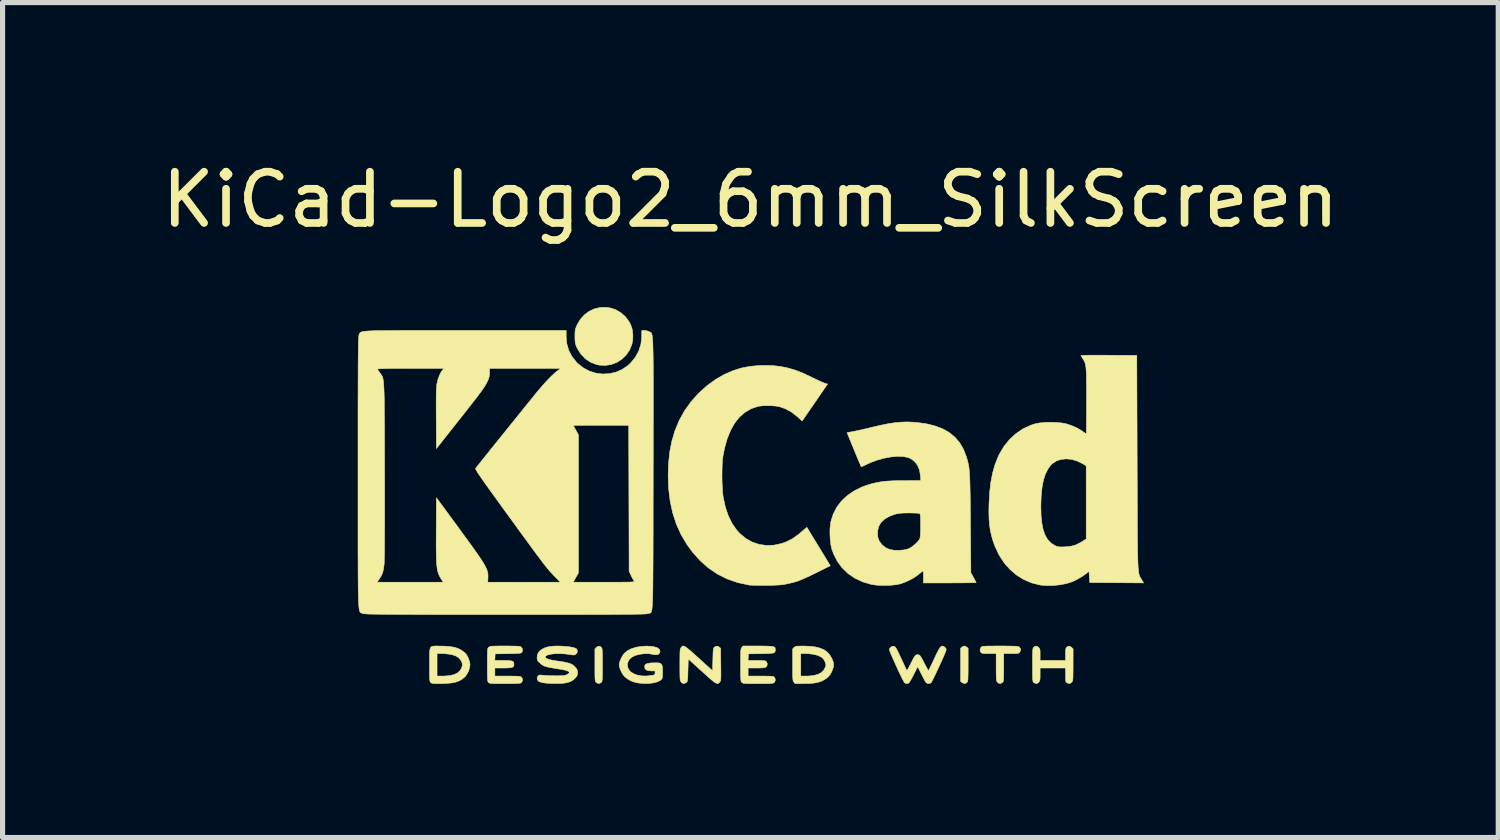
<source format=kicad_pcb>
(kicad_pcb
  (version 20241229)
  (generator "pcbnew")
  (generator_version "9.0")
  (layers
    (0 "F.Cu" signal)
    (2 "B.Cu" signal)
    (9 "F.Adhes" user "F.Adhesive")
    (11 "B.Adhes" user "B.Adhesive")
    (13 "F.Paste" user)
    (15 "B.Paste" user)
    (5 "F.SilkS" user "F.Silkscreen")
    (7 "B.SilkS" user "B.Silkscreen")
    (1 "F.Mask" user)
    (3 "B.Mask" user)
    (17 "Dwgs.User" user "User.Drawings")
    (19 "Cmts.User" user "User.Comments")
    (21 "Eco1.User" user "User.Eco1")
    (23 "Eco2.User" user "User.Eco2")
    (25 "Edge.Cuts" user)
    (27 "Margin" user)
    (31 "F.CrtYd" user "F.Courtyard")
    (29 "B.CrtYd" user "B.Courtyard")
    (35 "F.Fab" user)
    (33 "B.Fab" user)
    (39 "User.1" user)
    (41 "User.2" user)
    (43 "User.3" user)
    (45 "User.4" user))
  (footprint "KiCad-Logo2_6mm_SilkScreen"
    (layer "F.Cu")
    (at 11.601 5.928)
    (property "Reference" "KiCad-Logo2_6mm_SilkScreen" (at 0 -5.08 0) (layer "F.SilkS") (effects (font (size 1 1) (thickness 0.15))))
    (attr exclude_from_pos_files exclude_from_bom allow_missing_courtyard)
    (fp_poly (pts (xy 4.2 3.642) (xy 4.224 3.657) (xy 4.251 3.678) (xy 4.251 4) (xy 4.251 4.094) (xy 4.25 4.168) (xy 4.249 4.225) (xy 4.248 4.267) (xy 4.246 4.297) (xy 4.243 4.317) (xy 4.239 4.331) (xy 4.233 4.341) (xy 4.229 4.345) (xy 4.198 4.366) (xy 4.162 4.365) (xy 4.131 4.347) (xy 4.104 4.326) (xy 4.104 3.678) (xy 4.131 3.657) (xy 4.156 3.641) (xy 4.177 3.635) (xy 4.2 3.642)) (stroke (width 0.01) (type solid)) (fill yes) (layer "F.SilkS"))
    (fp_poly (pts (xy -2.912 3.658) (xy -2.906 3.665) (xy -2.9 3.675) (xy -2.896 3.69) (xy -2.894 3.712) (xy -2.892 3.744) (xy -2.89 3.789) (xy -2.89 3.849) (xy -2.89 3.926) (xy -2.89 4.002) (xy -2.89 4.096) (xy -2.89 4.17) (xy -2.891 4.226) (xy -2.892 4.268) (xy -2.894 4.298) (xy -2.897 4.318) (xy -2.901 4.332) (xy -2.907 4.341) (xy -2.912 4.346) (xy -2.945 4.366) (xy -2.98 4.364) (xy -3.012 4.343) (xy -3.019 4.335) (xy -3.025 4.325) (xy -3.029 4.311) (xy -3.032 4.291) (xy -3.034 4.261) (xy -3.035 4.219) (xy -3.036 4.162) (xy -3.036 4.088) (xy -3.036 4.004) (xy -3.036 3.691) (xy -3.009 3.663) (xy -2.974 3.64) (xy -2.941 3.639) (xy -2.912 3.658)) (stroke (width 0.01) (type solid)) (fill yes) (layer "F.SilkS"))
    (fp_poly (pts (xy -2.726 -2.964) (xy -2.623 -2.928) (xy -2.527 -2.871) (xy -2.441 -2.795) (xy -2.369 -2.697) (xy -2.336 -2.636) (xy -2.308 -2.55) (xy -2.295 -2.451) (xy -2.296 -2.35) (xy -2.313 -2.257) (xy -2.359 -2.145) (xy -2.425 -2.047) (xy -2.509 -1.966) (xy -2.606 -1.904) (xy -2.714 -1.862) (xy -2.829 -1.844) (xy -2.948 -1.849) (xy -3.007 -1.862) (xy -3.121 -1.906) (xy -3.222 -1.974) (xy -3.309 -2.063) (xy -3.377 -2.171) (xy -3.383 -2.183) (xy -3.403 -2.227) (xy -3.415 -2.265) (xy -3.422 -2.304) (xy -3.425 -2.355) (xy -3.426 -2.41) (xy -3.425 -2.476) (xy -3.421 -2.523) (xy -3.413 -2.562) (xy -3.399 -2.6) (xy -3.382 -2.639) (xy -3.318 -2.747) (xy -3.238 -2.834) (xy -3.147 -2.901) (xy -3.047 -2.948) (xy -2.941 -2.973) (xy -2.833 -2.979) (xy -2.726 -2.964)) (stroke (width 0.01) (type solid)) (fill yes) (layer "F.SilkS"))
    (fp_poly (pts (xy 4.975 3.635) (xy 5.053 3.636) (xy 5.115 3.637) (xy 5.161 3.638) (xy 5.194 3.64) (xy 5.217 3.643) (xy 5.232 3.646) (xy 5.243 3.651) (xy 5.248 3.655) (xy 5.273 3.688) (xy 5.276 3.721) (xy 5.26 3.752) (xy 5.25 3.764) (xy 5.239 3.773) (xy 5.223 3.778) (xy 5.197 3.781) (xy 5.159 3.782) (xy 5.102 3.782) (xy 5.091 3.782) (xy 4.945 3.782) (xy 4.945 4.053) (xy 4.945 4.138) (xy 4.944 4.204) (xy 4.943 4.253) (xy 4.942 4.288) (xy 4.939 4.312) (xy 4.935 4.328) (xy 4.929 4.338) (xy 4.922 4.346) (xy 4.889 4.366) (xy 4.855 4.365) (xy 4.824 4.342) (xy 4.822 4.339) (xy 4.814 4.329) (xy 4.808 4.316) (xy 4.804 4.299) (xy 4.801 4.274) (xy 4.8 4.238) (xy 4.799 4.188) (xy 4.798 4.122) (xy 4.798 4.046) (xy 4.798 3.782) (xy 4.659 3.782) (xy 4.599 3.782) (xy 4.558 3.78) (xy 4.53 3.777) (xy 4.513 3.771) (xy 4.502 3.763) (xy 4.501 3.761) (xy 4.484 3.728) (xy 4.486 3.691) (xy 4.505 3.658) (xy 4.512 3.651) (xy 4.521 3.646) (xy 4.535 3.643) (xy 4.556 3.64) (xy 4.587 3.638) (xy 4.63 3.636) (xy 4.687 3.636) (xy 4.762 3.635) (xy 4.856 3.635) (xy 4.876 3.635) (xy 4.975 3.635)) (stroke (width 0.01) (type solid)) (fill yes) (layer "F.SilkS"))
    (fp_poly (pts (xy 6.241 3.641) (xy 6.272 3.663) (xy 6.3 3.691) (xy 6.3 4) (xy 6.3 4.092) (xy 6.299 4.164) (xy 6.298 4.219) (xy 6.297 4.26) (xy 6.295 4.289) (xy 6.291 4.309) (xy 6.287 4.323) (xy 6.281 4.333) (xy 6.276 4.339) (xy 6.245 4.364) (xy 6.21 4.367) (xy 6.178 4.351) (xy 6.167 4.343) (xy 6.16 4.331) (xy 6.156 4.312) (xy 6.154 4.281) (xy 6.153 4.235) (xy 6.153 4.199) (xy 6.153 4.064) (xy 5.656 4.064) (xy 5.656 4.187) (xy 5.656 4.243) (xy 5.654 4.282) (xy 5.649 4.308) (xy 5.642 4.326) (xy 5.633 4.339) (xy 5.602 4.364) (xy 5.567 4.367) (xy 5.533 4.349) (xy 5.524 4.34) (xy 5.518 4.328) (xy 5.514 4.309) (xy 5.511 4.28) (xy 5.51 4.236) (xy 5.509 4.174) (xy 5.509 4.16) (xy 5.509 4.044) (xy 5.508 3.948) (xy 5.508 3.87) (xy 5.509 3.809) (xy 5.51 3.762) (xy 5.512 3.727) (xy 5.514 3.701) (xy 5.517 3.684) (xy 5.521 3.672) (xy 5.526 3.664) (xy 5.532 3.658) (xy 5.564 3.638) (xy 5.597 3.641) (xy 5.628 3.663) (xy 5.641 3.677) (xy 5.649 3.693) (xy 5.654 3.716) (xy 5.656 3.75) (xy 5.656 3.802) (xy 5.656 3.917) (xy 6.153 3.917) (xy 6.153 3.799) (xy 6.153 3.744) (xy 6.155 3.707) (xy 6.16 3.683) (xy 6.167 3.668) (xy 6.175 3.658) (xy 6.207 3.638) (xy 6.241 3.641)) (stroke (width 0.01) (type solid)) (fill yes) (layer "F.SilkS"))
    (fp_poly (pts (xy 1.03 3.635) (xy 1.159 3.64) (xy 1.269 3.653) (xy 1.361 3.676) (xy 1.438 3.709) (xy 1.5 3.754) (xy 1.551 3.81) (xy 1.591 3.88) (xy 1.592 3.882) (xy 1.616 3.944) (xy 1.625 3.999) (xy 1.618 4.054) (xy 1.595 4.117) (xy 1.591 4.127) (xy 1.562 4.183) (xy 1.529 4.227) (xy 1.487 4.264) (xy 1.429 4.3) (xy 1.426 4.302) (xy 1.375 4.326) (xy 1.318 4.344) (xy 1.251 4.357) (xy 1.17 4.365) (xy 1.072 4.368) (xy 1.037 4.368) (xy 0.871 4.369) (xy 0.848 4.339) (xy 0.841 4.33) (xy 0.836 4.318) (xy 0.831 4.302) (xy 0.829 4.279) (xy 0.827 4.247) (xy 0.826 4.222) (xy 0.983 4.222) (xy 1.076 4.222) (xy 1.131 4.221) (xy 1.188 4.216) (xy 1.234 4.21) (xy 1.237 4.21) (xy 1.319 4.188) (xy 1.383 4.155) (xy 1.43 4.109) (xy 1.463 4.049) (xy 1.469 4.033) (xy 1.474 4.009) (xy 1.472 3.984) (xy 1.46 3.952) (xy 1.453 3.936) (xy 1.43 3.893) (xy 1.402 3.863) (xy 1.371 3.843) (xy 1.309 3.816) (xy 1.229 3.796) (xy 1.137 3.785) (xy 1.07 3.782) (xy 0.983 3.782) (xy 0.983 4.222) (xy 0.826 4.222) (xy 0.825 4.201) (xy 0.825 4.141) (xy 0.825 4.062) (xy 0.825 4) (xy 0.825 3.691) (xy 0.852 3.663) (xy 0.865 3.652) (xy 0.878 3.644) (xy 0.896 3.639) (xy 0.924 3.637) (xy 0.966 3.636) (xy 1.026 3.635) (xy 1.03 3.635)) (stroke (width 0.01) (type solid)) (fill yes) (layer "F.SilkS"))
    (fp_poly (pts (xy -6.11 3.635) (xy -6.07 3.636) (xy -5.954 3.638) (xy -5.858 3.647) (xy -5.776 3.661) (xy -5.707 3.683) (xy -5.647 3.714) (xy -5.592 3.753) (xy -5.572 3.77) (xy -5.54 3.81) (xy -5.511 3.864) (xy -5.488 3.924) (xy -5.476 3.981) (xy -5.475 4.002) (xy -5.483 4.061) (xy -5.504 4.125) (xy -5.535 4.186) (xy -5.572 4.235) (xy -5.578 4.24) (xy -5.629 4.282) (xy -5.684 4.314) (xy -5.748 4.338) (xy -5.823 4.354) (xy -5.912 4.364) (xy -6.019 4.369) (xy -6.068 4.369) (xy -6.13 4.369) (xy -6.174 4.367) (xy -6.203 4.365) (xy -6.222 4.36) (xy -6.235 4.353) (xy -6.242 4.346) (xy -6.249 4.339) (xy -6.254 4.329) (xy -6.258 4.315) (xy -6.261 4.293) (xy -6.263 4.26) (xy -6.264 4.216) (xy -6.265 4.156) (xy -6.265 4.078) (xy -6.265 4.002) (xy -6.265 3.901) (xy -6.265 3.821) (xy -6.264 3.782) (xy -6.118 3.782) (xy -6.118 4.222) (xy -6.025 4.222) (xy -5.969 4.221) (xy -5.91 4.216) (xy -5.861 4.211) (xy -5.86 4.21) (xy -5.781 4.191) (xy -5.719 4.161) (xy -5.673 4.119) (xy -5.643 4.073) (xy -5.625 4.022) (xy -5.626 3.974) (xy -5.647 3.923) (xy -5.689 3.87) (xy -5.746 3.831) (xy -5.821 3.805) (xy -5.871 3.795) (xy -5.928 3.789) (xy -5.988 3.784) (xy -6.039 3.782) (xy -6.042 3.782) (xy -6.118 3.782) (xy -6.264 3.782) (xy -6.264 3.758) (xy -6.259 3.711) (xy -6.251 3.678) (xy -6.238 3.656) (xy -6.218 3.643) (xy -6.191 3.637) (xy -6.155 3.635) (xy -6.11 3.635)) (stroke (width 0.01) (type solid)) (fill yes) (layer "F.SilkS"))
    (fp_poly (pts (xy -1.288 3.64) (xy -1.265 3.653) (xy -1.234 3.676) (xy -1.194 3.709) (xy -1.144 3.752) (xy -1.082 3.807) (xy -1.006 3.876) (xy -0.92 3.954) (xy -0.739 4.118) (xy -0.733 3.898) (xy -0.731 3.823) (xy -0.729 3.766) (xy -0.727 3.726) (xy -0.724 3.698) (xy -0.72 3.681) (xy -0.714 3.669) (xy -0.705 3.66) (xy -0.701 3.657) (xy -0.667 3.638) (xy -0.634 3.641) (xy -0.608 3.657) (xy -0.581 3.678) (xy -0.578 3.993) (xy -0.577 4.086) (xy -0.576 4.159) (xy -0.576 4.214) (xy -0.577 4.256) (xy -0.579 4.285) (xy -0.582 4.305) (xy -0.586 4.32) (xy -0.592 4.33) (xy -0.598 4.339) (xy -0.612 4.354) (xy -0.625 4.365) (xy -0.64 4.369) (xy -0.659 4.365) (xy -0.684 4.353) (xy -0.716 4.331) (xy -0.757 4.298) (xy -0.809 4.253) (xy -0.874 4.195) (xy -0.948 4.128) (xy -1.213 3.888) (xy -1.219 4.107) (xy -1.221 4.182) (xy -1.223 4.239) (xy -1.225 4.279) (xy -1.228 4.306) (xy -1.233 4.324) (xy -1.239 4.335) (xy -1.247 4.344) (xy -1.251 4.347) (xy -1.288 4.367) (xy -1.323 4.364) (xy -1.353 4.339) (xy -1.36 4.329) (xy -1.366 4.318) (xy -1.37 4.302) (xy -1.373 4.279) (xy -1.375 4.246) (xy -1.376 4.201) (xy -1.377 4.14) (xy -1.377 4.061) (xy -1.377 4.002) (xy -1.377 3.911) (xy -1.376 3.839) (xy -1.376 3.784) (xy -1.374 3.744) (xy -1.372 3.715) (xy -1.368 3.695) (xy -1.364 3.681) (xy -1.358 3.671) (xy -1.353 3.665) (xy -1.342 3.651) (xy -1.332 3.64) (xy -1.32 3.634) (xy -1.306 3.634) (xy -1.288 3.64)) (stroke (width 0.01) (type solid)) (fill yes) (layer "F.SilkS"))
    (fp_poly (pts (xy -1.938 3.641) (xy -1.87 3.652) (xy -1.817 3.67) (xy -1.783 3.694) (xy -1.774 3.707) (xy -1.764 3.738) (xy -1.771 3.767) (xy -1.791 3.793) (xy -1.822 3.806) (xy -1.867 3.805) (xy -1.903 3.798) (xy -1.981 3.785) (xy -2.061 3.784) (xy -2.15 3.794) (xy -2.175 3.799) (xy -2.258 3.822) (xy -2.323 3.857) (xy -2.369 3.903) (xy -2.395 3.959) (xy -2.401 3.988) (xy -2.397 4.046) (xy -2.374 4.098) (xy -2.333 4.142) (xy -2.277 4.177) (xy -2.207 4.203) (xy -2.126 4.218) (xy -2.036 4.221) (xy -1.939 4.211) (xy -1.934 4.21) (xy -1.895 4.203) (xy -1.874 4.196) (xy -1.865 4.185) (xy -1.862 4.168) (xy -1.862 4.159) (xy -1.862 4.121) (xy -1.931 4.121) (xy -1.991 4.117) (xy -2.032 4.103) (xy -2.056 4.08) (xy -2.065 4.045) (xy -2.065 4.041) (xy -2.06 4.011) (xy -2.043 3.99) (xy -2.01 3.976) (xy -1.96 3.967) (xy -1.911 3.964) (xy -1.841 3.963) (xy -1.789 3.965) (xy -1.755 3.975) (xy -1.733 3.995) (xy -1.721 4.027) (xy -1.716 4.074) (xy -1.715 4.136) (xy -1.717 4.206) (xy -1.721 4.253) (xy -1.728 4.278) (xy -1.73 4.28) (xy -1.769 4.312) (xy -1.826 4.337) (xy -1.897 4.355) (xy -1.98 4.365) (xy -2.069 4.367) (xy -2.163 4.36) (xy -2.218 4.352) (xy -2.304 4.328) (xy -2.384 4.288) (xy -2.451 4.236) (xy -2.461 4.226) (xy -2.495 4.182) (xy -2.524 4.128) (xy -2.548 4.072) (xy -2.561 4.02) (xy -2.562 4.001) (xy -2.556 3.96) (xy -2.538 3.908) (xy -2.513 3.855) (xy -2.483 3.805) (xy -2.457 3.773) (xy -2.396 3.724) (xy -2.317 3.685) (xy -2.223 3.657) (xy -2.117 3.64) (xy -2.02 3.636) (xy -1.938 3.641)) (stroke (width 0.01) (type solid)) (fill yes) (layer "F.SilkS"))
    (fp_poly (pts (xy 0.242 3.635) (xy 0.318 3.636) (xy 0.377 3.639) (xy 0.42 3.642) (xy 0.45 3.648) (xy 0.469 3.657) (xy 0.48 3.669) (xy 0.485 3.685) (xy 0.486 3.705) (xy 0.486 3.708) (xy 0.485 3.73) (xy 0.48 3.748) (xy 0.469 3.761) (xy 0.449 3.77) (xy 0.418 3.776) (xy 0.372 3.78) (xy 0.31 3.783) (xy 0.228 3.784) (xy 0.203 3.785) (xy -0.039 3.788) (xy -0.042 3.853) (xy -0.046 3.917) (xy 0.122 3.917) (xy 0.188 3.918) (xy 0.235 3.919) (xy 0.267 3.921) (xy 0.287 3.925) (xy 0.301 3.931) (xy 0.31 3.94) (xy 0.311 3.94) (xy 0.328 3.973) (xy 0.327 4.01) (xy 0.309 4.041) (xy 0.305 4.044) (xy 0.292 4.052) (xy 0.275 4.058) (xy 0.248 4.061) (xy 0.209 4.063) (xy 0.153 4.064) (xy 0.118 4.064) (xy -0.045 4.064) (xy -0.045 4.222) (xy 0.202 4.222) (xy 0.283 4.222) (xy 0.345 4.223) (xy 0.39 4.224) (xy 0.422 4.226) (xy 0.443 4.23) (xy 0.456 4.234) (xy 0.465 4.241) (xy 0.467 4.243) (xy 0.483 4.274) (xy 0.485 4.31) (xy 0.471 4.341) (xy 0.461 4.351) (xy 0.45 4.357) (xy 0.433 4.361) (xy 0.407 4.364) (xy 0.37 4.367) (xy 0.319 4.368) (xy 0.252 4.369) (xy 0.165 4.369) (xy 0.145 4.369) (xy 0.057 4.369) (xy -0.012 4.369) (xy -0.064 4.368) (xy -0.101 4.366) (xy -0.127 4.364) (xy -0.144 4.36) (xy -0.156 4.355) (xy -0.164 4.349) (xy -0.168 4.344) (xy -0.175 4.336) (xy -0.181 4.326) (xy -0.185 4.311) (xy -0.187 4.289) (xy -0.189 4.257) (xy -0.191 4.212) (xy -0.191 4.151) (xy -0.191 4.073) (xy -0.191 4.007) (xy -0.191 3.915) (xy -0.191 3.842) (xy -0.19 3.787) (xy -0.189 3.746) (xy -0.187 3.717) (xy -0.183 3.696) (xy -0.179 3.682) (xy -0.173 3.672) (xy -0.168 3.665) (xy -0.145 3.635) (xy 0.145 3.635) (xy 0.242 3.635)) (stroke (width 0.01) (type solid)) (fill yes) (layer "F.SilkS"))
    (fp_poly (pts (xy -4.701 3.635) (xy -4.632 3.636) (xy -4.579 3.637) (xy -4.541 3.638) (xy -4.514 3.641) (xy -4.496 3.644) (xy -4.484 3.649) (xy -4.475 3.655) (xy -4.472 3.658) (xy -4.452 3.689) (xy -4.449 3.725) (xy -4.462 3.757) (xy -4.468 3.763) (xy -4.478 3.769) (xy -4.493 3.774) (xy -4.518 3.778) (xy -4.554 3.78) (xy -4.605 3.782) (xy -4.673 3.784) (xy -4.736 3.785) (xy -4.984 3.788) (xy -4.987 3.853) (xy -4.99 3.917) (xy -4.822 3.917) (xy -4.749 3.918) (xy -4.696 3.921) (xy -4.659 3.927) (xy -4.636 3.936) (xy -4.623 3.952) (xy -4.618 3.974) (xy -4.617 3.994) (xy -4.619 4.019) (xy -4.629 4.037) (xy -4.648 4.05) (xy -4.679 4.058) (xy -4.727 4.062) (xy -4.792 4.064) (xy -4.828 4.064) (xy -4.989 4.064) (xy -4.989 4.222) (xy -4.741 4.222) (xy -4.66 4.222) (xy -4.598 4.223) (xy -4.552 4.224) (xy -4.52 4.226) (xy -4.499 4.229) (xy -4.485 4.234) (xy -4.475 4.24) (xy -4.47 4.245) (xy -4.453 4.272) (xy -4.447 4.296) (xy -4.455 4.325) (xy -4.47 4.346) (xy -4.478 4.353) (xy -4.488 4.359) (xy -4.503 4.362) (xy -4.526 4.365) (xy -4.559 4.367) (xy -4.606 4.368) (xy -4.668 4.369) (xy -4.75 4.369) (xy -4.792 4.369) (xy -4.882 4.369) (xy -4.952 4.369) (xy -5.005 4.368) (xy -5.044 4.366) (xy -5.071 4.364) (xy -5.09 4.36) (xy -5.102 4.356) (xy -5.11 4.35) (xy -5.113 4.346) (xy -5.12 4.339) (xy -5.125 4.329) (xy -5.129 4.314) (xy -5.132 4.292) (xy -5.134 4.26) (xy -5.135 4.215) (xy -5.136 4.155) (xy -5.136 4.077) (xy -5.136 4.004) (xy -5.136 3.911) (xy -5.136 3.838) (xy -5.135 3.782) (xy -5.134 3.74) (xy -5.132 3.711) (xy -5.129 3.691) (xy -5.125 3.678) (xy -5.119 3.669) (xy -5.112 3.661) (xy -5.11 3.66) (xy -5.101 3.652) (xy -5.091 3.647) (xy -5.077 3.642) (xy -5.056 3.639) (xy -5.025 3.637) (xy -4.981 3.636) (xy -4.922 3.635) (xy -4.845 3.635) (xy -4.79 3.635) (xy -4.701 3.635)) (stroke (width 0.01) (type solid)) (fill yes) (layer "F.SilkS"))
    (fp_poly (pts (xy 3.756 3.637) (xy 3.776 3.644) (xy 3.777 3.645) (xy 3.803 3.665) (xy 3.818 3.686) (xy 3.821 3.696) (xy 3.821 3.709) (xy 3.817 3.727) (xy 3.808 3.753) (xy 3.793 3.79) (xy 3.772 3.839) (xy 3.744 3.903) (xy 3.707 3.983) (xy 3.687 4.027) (xy 3.65 4.106) (xy 3.616 4.179) (xy 3.585 4.242) (xy 3.559 4.294) (xy 3.54 4.331) (xy 3.527 4.352) (xy 3.525 4.355) (xy 3.494 4.367) (xy 3.459 4.366) (xy 3.431 4.351) (xy 3.43 4.349) (xy 3.418 4.332) (xy 3.4 4.299) (xy 3.376 4.255) (xy 3.349 4.202) (xy 3.339 4.183) (xy 3.266 4.036) (xy 3.186 4.196) (xy 3.157 4.251) (xy 3.131 4.298) (xy 3.109 4.335) (xy 3.093 4.357) (xy 3.088 4.362) (xy 3.046 4.368) (xy 3.012 4.355) (xy 3.001 4.341) (xy 2.984 4.309) (xy 2.96 4.263) (xy 2.932 4.205) (xy 2.901 4.14) (xy 2.869 4.07) (xy 2.835 3.997) (xy 2.804 3.927) (xy 2.774 3.86) (xy 2.749 3.801) (xy 2.729 3.753) (xy 2.716 3.718) (xy 2.712 3.7) (xy 2.712 3.7) (xy 2.723 3.678) (xy 2.745 3.655) (xy 2.746 3.654) (xy 2.774 3.639) (xy 2.799 3.639) (xy 2.808 3.642) (xy 2.82 3.648) (xy 2.832 3.66) (xy 2.846 3.681) (xy 2.864 3.713) (xy 2.887 3.759) (xy 2.917 3.821) (xy 2.943 3.878) (xy 2.974 3.944) (xy 3.002 4.004) (xy 3.025 4.054) (xy 3.042 4.091) (xy 3.051 4.112) (xy 3.052 4.115) (xy 3.058 4.11) (xy 3.073 4.087) (xy 3.093 4.051) (xy 3.117 4.004) (xy 3.127 3.985) (xy 3.16 3.92) (xy 3.185 3.873) (xy 3.205 3.84) (xy 3.222 3.82) (xy 3.237 3.809) (xy 3.253 3.805) (xy 3.264 3.805) (xy 3.282 3.806) (xy 3.299 3.813) (xy 3.315 3.828) (xy 3.333 3.853) (xy 3.355 3.892) (xy 3.384 3.948) (xy 3.4 3.979) (xy 3.426 4.029) (xy 3.449 4.071) (xy 3.466 4.1) (xy 3.476 4.114) (xy 3.478 4.115) (xy 3.484 4.104) (xy 3.498 4.075) (xy 3.519 4.032) (xy 3.546 3.978) (xy 3.575 3.915) (xy 3.59 3.883) (xy 3.628 3.802) (xy 3.659 3.74) (xy 3.683 3.694) (xy 3.704 3.663) (xy 3.722 3.645) (xy 3.739 3.637) (xy 3.756 3.637)) (stroke (width 0.01) (type solid)) (fill yes) (layer "F.SilkS"))
    (fp_poly (pts (xy -3.68 3.637) (xy -3.605 3.642) (xy -3.536 3.65) (xy -3.475 3.661) (xy -3.428 3.674) (xy -3.399 3.689) (xy -3.394 3.693) (xy -3.378 3.728) (xy -3.383 3.764) (xy -3.408 3.794) (xy -3.409 3.795) (xy -3.423 3.804) (xy -3.438 3.809) (xy -3.459 3.81) (xy -3.492 3.806) (xy -3.54 3.798) (xy -3.544 3.798) (xy -3.617 3.789) (xy -3.696 3.784) (xy -3.774 3.784) (xy -3.848 3.788) (xy -3.91 3.797) (xy -3.957 3.809) (xy -3.96 3.81) (xy -3.993 3.829) (xy -4.005 3.848) (xy -3.996 3.867) (xy -3.966 3.885) (xy -3.917 3.901) (xy -3.849 3.916) (xy -3.804 3.923) (xy -3.71 3.936) (xy -3.635 3.948) (xy -3.576 3.961) (xy -3.53 3.974) (xy -3.494 3.989) (xy -3.464 4.007) (xy -3.438 4.03) (xy -3.417 4.052) (xy -3.391 4.083) (xy -3.379 4.11) (xy -3.375 4.142) (xy -3.375 4.154) (xy -3.378 4.194) (xy -3.389 4.223) (xy -3.41 4.25) (xy -3.451 4.29) (xy -3.496 4.32) (xy -3.55 4.342) (xy -3.615 4.357) (xy -3.695 4.365) (xy -3.793 4.367) (xy -3.81 4.367) (xy -3.875 4.366) (xy -3.94 4.363) (xy -3.998 4.359) (xy -4.04 4.353) (xy -4.044 4.353) (xy -4.086 4.343) (xy -4.122 4.33) (xy -4.142 4.318) (xy -4.161 4.288) (xy -4.163 4.252) (xy -4.146 4.22) (xy -4.143 4.217) (xy -4.128 4.206) (xy -4.109 4.201) (xy -4.079 4.202) (xy -4.044 4.206) (xy -4.004 4.21) (xy -3.949 4.213) (xy -3.884 4.215) (xy -3.816 4.216) (xy -3.798 4.216) (xy -3.73 4.216) (xy -3.681 4.215) (xy -3.645 4.212) (xy -3.619 4.207) (xy -3.597 4.2) (xy -3.584 4.194) (xy -3.556 4.177) (xy -3.538 4.162) (xy -3.536 4.158) (xy -3.541 4.14) (xy -3.568 4.123) (xy -3.613 4.108) (xy -3.675 4.094) (xy -3.693 4.091) (xy -3.789 4.076) (xy -3.866 4.063) (xy -3.926 4.052) (xy -3.973 4.042) (xy -4.009 4.031) (xy -4.038 4.019) (xy -4.062 4.005) (xy -4.084 3.988) (xy -4.108 3.968) (xy -4.116 3.96) (xy -4.144 3.933) (xy -4.158 3.911) (xy -4.164 3.886) (xy -4.165 3.855) (xy -4.155 3.794) (xy -4.124 3.742) (xy -4.073 3.699) (xy -4.002 3.666) (xy -3.951 3.651) (xy -3.895 3.642) (xy -3.829 3.636) (xy -3.756 3.635) (xy -3.68 3.637)) (stroke (width 0.01) (type solid)) (fill yes) (layer "F.SilkS"))
    (fp_poly (pts (xy 0.44 -1.84) (xy 0.588 -1.823) (xy 0.731 -1.794) (xy 0.876 -1.751) (xy 1.028 -1.692) (xy 1.192 -1.615) (xy 1.222 -1.6) (xy 1.29 -1.567) (xy 1.354 -1.537) (xy 1.408 -1.513) (xy 1.446 -1.498) (xy 1.451 -1.496) (xy 1.506 -1.48) (xy 1.26 -1.121) (xy 1.2 -1.033) (xy 1.144 -0.953) (xy 1.096 -0.883) (xy 1.057 -0.826) (xy 1.029 -0.785) (xy 1.013 -0.763) (xy 1.011 -0.759) (xy 1 -0.767) (xy 0.975 -0.789) (xy 0.939 -0.823) (xy 0.919 -0.841) (xy 0.806 -0.931) (xy 0.679 -0.999) (xy 0.57 -1.037) (xy 0.504 -1.049) (xy 0.422 -1.056) (xy 0.333 -1.058) (xy 0.247 -1.056) (xy 0.173 -1.048) (xy 0.144 -1.043) (xy 0.011 -0.997) (xy -0.108 -0.927) (xy -0.215 -0.834) (xy -0.308 -0.716) (xy -0.387 -0.575) (xy -0.454 -0.411) (xy -0.506 -0.223) (xy -0.537 -0.062) (xy -0.546 0.009) (xy -0.551 0.101) (xy -0.554 0.207) (xy -0.555 0.32) (xy -0.553 0.435) (xy -0.548 0.544) (xy -0.542 0.64) (xy -0.533 0.718) (xy -0.531 0.73) (xy -0.489 0.923) (xy -0.431 1.094) (xy -0.357 1.243) (xy -0.267 1.372) (xy -0.203 1.442) (xy -0.089 1.536) (xy 0.037 1.606) (xy 0.172 1.651) (xy 0.313 1.671) (xy 0.459 1.666) (xy 0.608 1.634) (xy 0.696 1.603) (xy 0.818 1.542) (xy 0.943 1.453) (xy 1.013 1.393) (xy 1.053 1.358) (xy 1.084 1.332) (xy 1.101 1.32) (xy 1.104 1.32) (xy 1.112 1.332) (xy 1.132 1.366) (xy 1.163 1.416) (xy 1.203 1.482) (xy 1.251 1.56) (xy 1.304 1.647) (xy 1.334 1.696) (xy 1.56 2.067) (xy 1.278 2.207) (xy 1.176 2.257) (xy 1.093 2.296) (xy 1.025 2.327) (xy 0.966 2.351) (xy 0.911 2.371) (xy 0.855 2.388) (xy 0.794 2.403) (xy 0.735 2.417) (xy 0.682 2.428) (xy 0.627 2.437) (xy 0.565 2.443) (xy 0.488 2.447) (xy 0.394 2.45) (xy 0.33 2.451) (xy 0.238 2.452) (xy 0.151 2.451) (xy 0.073 2.45) (xy 0.01 2.447) (xy -0.032 2.444) (xy -0.034 2.443) (xy -0.25 2.396) (xy -0.452 2.326) (xy -0.642 2.231) (xy -0.818 2.112) (xy -0.98 1.969) (xy -1.129 1.803) (xy -1.238 1.654) (xy -1.353 1.461) (xy -1.446 1.256) (xy -1.517 1.038) (xy -1.567 0.807) (xy -1.597 0.56) (xy -1.606 0.309) (xy -1.598 0.066) (xy -1.574 -0.158) (xy -1.533 -0.368) (xy -1.474 -0.565) (xy -1.396 -0.756) (xy -1.387 -0.776) (xy -1.284 -0.96) (xy -1.159 -1.135) (xy -1.013 -1.298) (xy -0.851 -1.445) (xy -0.676 -1.572) (xy -0.514 -1.665) (xy -0.349 -1.738) (xy -0.185 -1.791) (xy -0.013 -1.825) (xy 0.171 -1.842) (xy 0.281 -1.844) (xy 0.44 -1.84)) (stroke (width 0.01) (type solid)) (fill yes) (layer "F.SilkS"))
    (fp_poly (pts (xy 6.842 -2.043) (xy 6.959 -2.043) (xy 6.999 -2.042) (xy 7.544 -2.039) (xy 7.551 0.055) (xy 7.552 0.339) (xy 7.553 0.597) (xy 7.554 0.83) (xy 7.555 1.039) (xy 7.555 1.227) (xy 7.556 1.393) (xy 7.557 1.54) (xy 7.559 1.669) (xy 7.56 1.782) (xy 7.562 1.879) (xy 7.564 1.961) (xy 7.567 2.031) (xy 7.57 2.09) (xy 7.574 2.138) (xy 7.578 2.177) (xy 7.582 2.209) (xy 7.588 2.235) (xy 7.594 2.257) (xy 7.601 2.274) (xy 7.609 2.29) (xy 7.618 2.305) (xy 7.627 2.32) (xy 7.638 2.337) (xy 7.64 2.341) (xy 7.676 2.403) (xy 7.15 2.399) (xy 6.625 2.396) (xy 6.618 2.28) (xy 6.614 2.225) (xy 6.61 2.193) (xy 6.605 2.18) (xy 6.597 2.183) (xy 6.59 2.19) (xy 6.561 2.217) (xy 6.514 2.251) (xy 6.456 2.289) (xy 6.392 2.326) (xy 6.33 2.359) (xy 6.283 2.38) (xy 6.171 2.415) (xy 6.044 2.44) (xy 5.909 2.454) (xy 5.777 2.455) (xy 5.656 2.444) (xy 5.654 2.444) (xy 5.49 2.402) (xy 5.335 2.336) (xy 5.193 2.247) (xy 5.065 2.137) (xy 4.951 2.006) (xy 4.854 1.856) (xy 4.775 1.689) (xy 4.731 1.565) (xy 4.703 1.462) (xy 4.682 1.361) (xy 4.667 1.258) (xy 4.659 1.146) (xy 4.656 1.019) (xy 4.658 0.915) (xy 5.671 0.915) (xy 5.675 1.089) (xy 5.691 1.239) (xy 5.716 1.366) (xy 5.754 1.471) (xy 5.803 1.555) (xy 5.864 1.621) (xy 5.934 1.668) (xy 5.971 1.685) (xy 6.003 1.695) (xy 6.038 1.7) (xy 6.086 1.701) (xy 6.137 1.699) (xy 6.238 1.69) (xy 6.318 1.672) (xy 6.343 1.664) (xy 6.4 1.638) (xy 6.461 1.605) (xy 6.487 1.589) (xy 6.556 1.544) (xy 6.556 0.117) (xy 6.48 0.072) (xy 6.375 0.021) (xy 6.268 -0.01) (xy 6.162 -0.019) (xy 6.061 -0.008) (xy 5.97 0.023) (xy 5.893 0.075) (xy 5.868 0.099) (xy 5.808 0.181) (xy 5.759 0.279) (xy 5.721 0.396) (xy 5.695 0.533) (xy 5.678 0.692) (xy 5.671 0.876) (xy 5.671 0.915) (xy 4.658 0.915) (xy 4.658 0.872) (xy 4.67 0.646) (xy 4.693 0.442) (xy 4.729 0.258) (xy 4.777 0.089) (xy 4.839 -0.066) (xy 4.861 -0.112) (xy 4.95 -0.262) (xy 5.058 -0.396) (xy 5.182 -0.51) (xy 5.319 -0.604) (xy 5.468 -0.674) (xy 5.557 -0.703) (xy 5.644 -0.72) (xy 5.749 -0.73) (xy 5.863 -0.734) (xy 5.977 -0.73) (xy 6.083 -0.719) (xy 6.167 -0.703) (xy 6.268 -0.67) (xy 6.366 -0.628) (xy 6.451 -0.58) (xy 6.497 -0.548) (xy 6.528 -0.525) (xy 6.55 -0.51) (xy 6.555 -0.508) (xy 6.557 -0.521) (xy 6.558 -0.559) (xy 6.559 -0.619) (xy 6.561 -0.699) (xy 6.562 -0.795) (xy 6.562 -0.906) (xy 6.563 -1.027) (xy 6.563 -1.151) (xy 6.563 -1.31) (xy 6.562 -1.444) (xy 6.561 -1.555) (xy 6.56 -1.647) (xy 6.557 -1.721) (xy 6.553 -1.781) (xy 6.548 -1.829) (xy 6.54 -1.867) (xy 6.531 -1.898) (xy 6.52 -1.925) (xy 6.507 -1.949) (xy 6.49 -1.975) (xy 6.488 -1.978) (xy 6.467 -2.011) (xy 6.455 -2.034) (xy 6.453 -2.039) (xy 6.466 -2.04) (xy 6.504 -2.041) (xy 6.563 -2.042) (xy 6.642 -2.043) (xy 6.735 -2.043) (xy 6.842 -2.043)) (stroke (width 0.01) (type solid)) (fill yes) (layer "F.SilkS"))
    (fp_poly (pts (xy 3.168 -0.736) (xy 3.236 -0.731) (xy 3.43 -0.705) (xy 3.603 -0.663) (xy 3.753 -0.606) (xy 3.884 -0.532) (xy 3.994 -0.441) (xy 4.086 -0.333) (xy 4.16 -0.206) (xy 4.214 -0.069) (xy 4.227 -0.025) (xy 4.239 0.016) (xy 4.249 0.057) (xy 4.258 0.099) (xy 4.266 0.145) (xy 4.272 0.196) (xy 4.277 0.257) (xy 4.281 0.327) (xy 4.285 0.411) (xy 4.287 0.509) (xy 4.29 0.624) (xy 4.292 0.759) (xy 4.293 0.915) (xy 4.295 1.095) (xy 4.296 1.236) (xy 4.304 2.204) (xy 4.356 2.297) (xy 4.38 2.342) (xy 4.398 2.377) (xy 4.407 2.395) (xy 4.407 2.396) (xy 4.394 2.398) (xy 4.356 2.399) (xy 4.297 2.4) (xy 4.22 2.401) (xy 4.127 2.402) (xy 4.021 2.402) (xy 3.906 2.403) (xy 3.892 2.403) (xy 3.378 2.403) (xy 3.378 2.286) (xy 3.377 2.233) (xy 3.374 2.193) (xy 3.371 2.171) (xy 3.369 2.169) (xy 3.356 2.178) (xy 3.328 2.2) (xy 3.291 2.231) (xy 3.29 2.231) (xy 3.224 2.281) (xy 3.14 2.331) (xy 3.048 2.376) (xy 2.957 2.411) (xy 2.918 2.423) (xy 2.838 2.439) (xy 2.741 2.448) (xy 2.635 2.453) (xy 2.528 2.451) (xy 2.43 2.443) (xy 2.362 2.432) (xy 2.194 2.383) (xy 2.042 2.312) (xy 1.909 2.222) (xy 1.794 2.112) (xy 1.699 1.984) (xy 1.625 1.839) (xy 1.592 1.751) (xy 1.572 1.665) (xy 1.559 1.562) (xy 1.553 1.451) (xy 1.553 1.435) (xy 2.482 1.435) (xy 2.489 1.517) (xy 2.515 1.586) (xy 2.562 1.649) (xy 2.581 1.668) (xy 2.645 1.718) (xy 2.72 1.75) (xy 2.81 1.766) (xy 2.904 1.767) (xy 2.994 1.759) (xy 3.062 1.744) (xy 3.092 1.733) (xy 3.145 1.703) (xy 3.202 1.66) (xy 3.254 1.612) (xy 3.293 1.566) (xy 3.303 1.549) (xy 3.311 1.526) (xy 3.317 1.488) (xy 3.32 1.433) (xy 3.322 1.357) (xy 3.323 1.284) (xy 3.322 1.199) (xy 3.321 1.138) (xy 3.319 1.096) (xy 3.315 1.07) (xy 3.309 1.055) (xy 3.301 1.048) (xy 3.299 1.046) (xy 3.276 1.043) (xy 3.233 1.04) (xy 3.173 1.038) (xy 3.104 1.037) (xy 3.089 1.037) (xy 2.997 1.038) (xy 2.925 1.043) (xy 2.869 1.051) (xy 2.822 1.062) (xy 2.706 1.106) (xy 2.615 1.16) (xy 2.548 1.225) (xy 2.504 1.302) (xy 2.484 1.391) (xy 2.482 1.435) (xy 1.553 1.435) (xy 1.554 1.342) (xy 1.564 1.245) (xy 1.571 1.205) (xy 1.617 1.059) (xy 1.687 0.924) (xy 1.78 0.802) (xy 1.895 0.695) (xy 2.03 0.603) (xy 2.183 0.528) (xy 2.313 0.482) (xy 2.401 0.459) (xy 2.484 0.44) (xy 2.569 0.426) (xy 2.661 0.416) (xy 2.765 0.41) (xy 2.888 0.407) (xy 2.998 0.406) (xy 3.326 0.405) (xy 3.319 0.307) (xy 3.302 0.2) (xy 3.264 0.108) (xy 3.207 0.033) (xy 3.134 -0.022) (xy 3.07 -0.048) (xy 2.977 -0.065) (xy 2.867 -0.068) (xy 2.745 -0.057) (xy 2.615 -0.033) (xy 2.483 0.003) (xy 2.354 0.049) (xy 2.261 0.092) (xy 2.216 0.114) (xy 2.181 0.129) (xy 2.164 0.135) (xy 2.163 0.135) (xy 2.157 0.121) (xy 2.142 0.086) (xy 2.119 0.032) (xy 2.09 -0.037) (xy 2.056 -0.118) (xy 2.022 -0.201) (xy 1.886 -0.532) (xy 1.983 -0.548) (xy 2.025 -0.556) (xy 2.088 -0.57) (xy 2.167 -0.587) (xy 2.257 -0.608) (xy 2.351 -0.63) (xy 2.389 -0.64) (xy 2.552 -0.677) (xy 2.694 -0.706) (xy 2.822 -0.725) (xy 2.939 -0.736) (xy 3.053 -0.74) (xy 3.168 -0.736)) (stroke (width 0.01) (type solid)) (fill yes) (layer "F.SilkS"))
    (fp_poly (pts (xy -5.956 -2.526) (xy -5.691 -2.526) (xy -5.568 -2.526) (xy -3.597 -2.526) (xy -3.597 -2.41) (xy -3.585 -2.269) (xy -3.547 -2.138) (xy -3.485 -2.018) (xy -3.396 -1.907) (xy -3.366 -1.877) (xy -3.258 -1.793) (xy -3.14 -1.731) (xy -3.013 -1.692) (xy -2.883 -1.676) (xy -2.752 -1.683) (xy -2.625 -1.712) (xy -2.504 -1.765) (xy -2.393 -1.84) (xy -2.343 -1.886) (xy -2.25 -1.997) (xy -2.182 -2.12) (xy -2.139 -2.252) (xy -2.122 -2.392) (xy -2.122 -2.406) (xy -2.121 -2.526) (xy -2.068 -2.526) (xy -2.022 -2.52) (xy -1.979 -2.504) (xy -1.976 -2.503) (xy -1.966 -2.498) (xy -1.957 -2.494) (xy -1.949 -2.49) (xy -1.942 -2.485) (xy -1.935 -2.477) (xy -1.929 -2.467) (xy -1.924 -2.451) (xy -1.919 -2.43) (xy -1.915 -2.402) (xy -1.911 -2.366) (xy -1.908 -2.321) (xy -1.905 -2.266) (xy -1.903 -2.199) (xy -1.901 -2.12) (xy -1.899 -2.027) (xy -1.898 -1.919) (xy -1.897 -1.795) (xy -1.897 -1.654) (xy -1.896 -1.495) (xy -1.896 -1.317) (xy -1.896 -1.118) (xy -1.896 -0.897) (xy -1.897 -0.654) (xy -1.897 -0.386) (xy -1.897 -0.094) (xy -1.898 0.224) (xy -1.898 0.263) (xy -1.898 0.584) (xy -1.899 0.878) (xy -1.899 1.147) (xy -1.899 1.392) (xy -1.9 1.614) (xy -1.9 1.814) (xy -1.901 1.994) (xy -1.902 2.154) (xy -1.903 2.296) (xy -1.904 2.421) (xy -1.905 2.529) (xy -1.907 2.623) (xy -1.909 2.702) (xy -1.911 2.769) (xy -1.914 2.825) (xy -1.918 2.87) (xy -1.921 2.906) (xy -1.926 2.934) (xy -1.931 2.954) (xy -1.936 2.969) (xy -1.942 2.979) (xy -1.949 2.986) (xy -1.956 2.99) (xy -1.965 2.993) (xy -1.974 2.995) (xy -1.983 2.999) (xy -1.986 3) (xy -1.993 3.002) (xy -2.006 3.005) (xy -2.025 3.007) (xy -2.051 3.009) (xy -2.085 3.01) (xy -2.129 3.012) (xy -2.184 3.013) (xy -2.25 3.014) (xy -2.329 3.015) (xy -2.422 3.016) (xy -2.53 3.017) (xy -2.654 3.018) (xy -2.795 3.019) (xy -2.955 3.019) (xy -3.134 3.019) (xy -3.333 3.02) (xy -3.554 3.02) (xy -3.798 3.02) (xy -4.066 3.02) (xy -4.358 3.02) (xy -4.677 3.02) (xy -4.78 3.02) (xy -5.106 3.02) (xy -5.405 3.02) (xy -5.679 3.02) (xy -5.929 3.02) (xy -6.156 3.02) (xy -6.361 3.019) (xy -6.545 3.019) (xy -6.71 3.018) (xy -6.856 3.018) (xy -6.984 3.017) (xy -7.097 3.016) (xy -7.194 3.015) (xy -7.277 3.014) (xy -7.347 3.013) (xy -7.405 3.012) (xy -7.453 3.011) (xy -7.491 3.009) (xy -7.52 3.007) (xy -7.542 3.005) (xy -7.558 3.003) (xy -7.569 3.001) (xy -7.574 2.998) (xy -7.585 2.994) (xy -7.594 2.991) (xy -7.603 2.988) (xy -7.611 2.983) (xy -7.618 2.977) (xy -7.624 2.967) (xy -7.63 2.952) (xy -7.635 2.932) (xy -7.64 2.905) (xy -7.644 2.87) (xy -7.647 2.826) (xy -7.65 2.772) (xy -7.653 2.706) (xy -7.655 2.628) (xy -7.657 2.536) (xy -7.658 2.43) (xy -7.658 2.389) (xy -7.292 2.389) (xy -5.997 2.389) (xy -6.022 2.351) (xy -6.046 2.312) (xy -6.067 2.275) (xy -6.085 2.238) (xy -6.099 2.197) (xy -6.111 2.15) (xy -6.119 2.094) (xy -6.126 2.028) (xy -6.13 1.948) (xy -6.133 1.852) (xy -6.135 1.736) (xy -6.135 1.6) (xy -6.134 1.439) (xy -6.134 1.379) (xy -6.13 0.74) (xy -5.725 1.291) (xy -5.611 1.448) (xy -5.511 1.584) (xy -5.426 1.702) (xy -5.354 1.803) (xy -5.294 1.889) (xy -5.245 1.963) (xy -5.206 2.025) (xy -5.177 2.078) (xy -5.154 2.123) (xy -5.139 2.163) (xy -5.129 2.198) (xy -5.124 2.231) (xy -5.123 2.264) (xy -5.123 2.299) (xy -5.124 2.303) (xy -5.128 2.389) (xy -3.709 2.389) (xy -3.814 2.283) (xy -3.843 2.253) (xy -3.87 2.225) (xy -3.897 2.196) (xy -3.925 2.165) (xy -3.955 2.129) (xy -3.988 2.088) (xy -4.026 2.041) (xy -4.069 1.984) (xy -4.119 1.917) (xy -4.178 1.839) (xy -4.245 1.748) (xy -4.323 1.641) (xy -4.413 1.518) (xy -4.516 1.378) (xy -4.632 1.217) (xy -4.728 1.086) (xy -4.848 0.921) (xy -4.952 0.776) (xy -5.043 0.651) (xy -5.12 0.544) (xy -5.184 0.454) (xy -5.237 0.379) (xy -5.279 0.317) (xy -5.312 0.269) (xy -5.336 0.231) (xy -5.352 0.203) (xy -5.362 0.184) (xy -5.365 0.172) (xy -5.364 0.165) (xy -5.351 0.148) (xy -5.322 0.112) (xy -5.279 0.058) (xy -5.225 -0.01) (xy -5.16 -0.091) (xy -5.086 -0.183) (xy -5.006 -0.283) (xy -4.921 -0.389) (xy -4.832 -0.499) (xy -4.742 -0.611) (xy -4.692 -0.673) (xy -3.459 -0.673) (xy -3.408 -0.58) (xy -3.357 -0.487) (xy -3.357 2.204) (xy -3.408 2.296) (xy -3.459 2.389) (xy -2.853 2.389) (xy -2.709 2.389) (xy -2.589 2.389) (xy -2.493 2.388) (xy -2.417 2.388) (xy -2.359 2.386) (xy -2.317 2.385) (xy -2.289 2.382) (xy -2.273 2.379) (xy -2.266 2.375) (xy -2.265 2.37) (xy -2.269 2.365) (xy -2.27 2.365) (xy -2.287 2.34) (xy -2.31 2.299) (xy -2.33 2.258) (xy -2.368 2.176) (xy -2.376 -0.673) (xy -3.459 -0.673) (xy -4.692 -0.673) (xy -4.651 -0.723) (xy -4.563 -0.832) (xy -4.479 -0.937) (xy -4.4 -1.035) (xy -4.328 -1.124) (xy -4.264 -1.202) (xy -4.212 -1.267) (xy -4.172 -1.317) (xy -4.148 -1.346) (xy -4.056 -1.453) (xy -3.968 -1.55) (xy -3.886 -1.634) (xy -3.814 -1.701) (xy -3.763 -1.741) (xy -3.703 -1.785) (xy -5.092 -1.785) (xy -5.092 -1.703) (xy -5.096 -1.643) (xy -5.11 -1.588) (xy -5.133 -1.535) (xy -5.148 -1.505) (xy -5.163 -1.476) (xy -5.182 -1.445) (xy -5.204 -1.41) (xy -5.232 -1.369) (xy -5.267 -1.322) (xy -5.31 -1.264) (xy -5.362 -1.195) (xy -5.426 -1.113) (xy -5.503 -1.015) (xy -5.593 -0.9) (xy -5.7 -0.765) (xy -5.712 -0.75) (xy -6.13 -0.221) (xy -6.134 -0.807) (xy -6.135 -0.983) (xy -6.135 -1.131) (xy -6.134 -1.254) (xy -6.132 -1.35) (xy -6.128 -1.421) (xy -6.124 -1.467) (xy -6.123 -1.475) (xy -6.101 -1.567) (xy -6.071 -1.649) (xy -6.038 -1.716) (xy -6.018 -1.744) (xy -5.984 -1.785) (xy -6.638 -1.785) (xy -6.794 -1.785) (xy -6.924 -1.784) (xy -7.031 -1.784) (xy -7.116 -1.782) (xy -7.182 -1.781) (xy -7.229 -1.779) (xy -7.26 -1.776) (xy -7.277 -1.773) (xy -7.282 -1.769) (xy -7.282 -1.768) (xy -7.268 -1.747) (xy -7.245 -1.714) (xy -7.233 -1.697) (xy -7.22 -1.68) (xy -7.209 -1.665) (xy -7.199 -1.65) (xy -7.19 -1.635) (xy -7.183 -1.616) (xy -7.176 -1.593) (xy -7.17 -1.565) (xy -7.165 -1.53) (xy -7.161 -1.486) (xy -7.157 -1.432) (xy -7.154 -1.367) (xy -7.151 -1.288) (xy -7.149 -1.196) (xy -7.148 -1.087) (xy -7.147 -0.961) (xy -7.146 -0.816) (xy -7.145 -0.651) (xy -7.144 -0.464) (xy -7.144 -0.253) (xy -7.143 -0.018) (xy -7.143 0.198) (xy -7.142 0.439) (xy -7.142 0.668) (xy -7.142 0.885) (xy -7.142 1.089) (xy -7.142 1.276) (xy -7.143 1.447) (xy -7.144 1.6) (xy -7.145 1.732) (xy -7.146 1.844) (xy -7.148 1.932) (xy -7.149 1.996) (xy -7.151 2.035) (xy -7.151 2.039) (xy -7.163 2.132) (xy -7.182 2.207) (xy -7.211 2.273) (xy -7.253 2.337) (xy -7.258 2.344) (xy -7.292 2.389) (xy -7.658 2.389) (xy -7.659 2.307) (xy -7.66 2.168) (xy -7.66 2.011) (xy -7.661 1.834) (xy -7.661 1.636) (xy -7.661 1.418) (xy -7.661 1.176) (xy -7.661 0.911) (xy -7.661 0.62) (xy -7.661 0.304) (xy -7.661 0.241) (xy -7.661 -0.079) (xy -7.661 -0.372) (xy -7.661 -0.641) (xy -7.661 -0.885) (xy -7.661 -1.106) (xy -7.66 -1.305) (xy -7.66 -1.484) (xy -7.659 -1.643) (xy -7.659 -1.784) (xy -7.658 -1.907) (xy -7.657 -2.015) (xy -7.656 -2.107) (xy -7.655 -2.185) (xy -7.654 -2.25) (xy -7.653 -2.304) (xy -7.651 -2.347) (xy -7.649 -2.381) (xy -7.647 -2.406) (xy -7.645 -2.425) (xy -7.643 -2.437) (xy -7.64 -2.444) (xy -7.64 -2.444) (xy -7.635 -2.455) (xy -7.631 -2.466) (xy -7.626 -2.475) (xy -7.62 -2.483) (xy -7.61 -2.49) (xy -7.596 -2.496) (xy -7.576 -2.502) (xy -7.549 -2.507) (xy -7.514 -2.511) (xy -7.469 -2.515) (xy -7.413 -2.518) (xy -7.345 -2.52) (xy -7.263 -2.522) (xy -7.166 -2.523) (xy -7.052 -2.524) (xy -6.921 -2.525) (xy -6.771 -2.526) (xy -6.601 -2.526) (xy -6.409 -2.526) (xy -6.195 -2.526) (xy -5.956 -2.526)) (stroke (width 0.01) (type solid)) (fill yes) (layer "F.SilkS")))
  (gr_rect
    (start -3 -3)
    (end 26.202 13.302)
    (stroke (width 0.1) (type default))
    (fill no)
    (layer "Edge.Cuts")))
</source>
